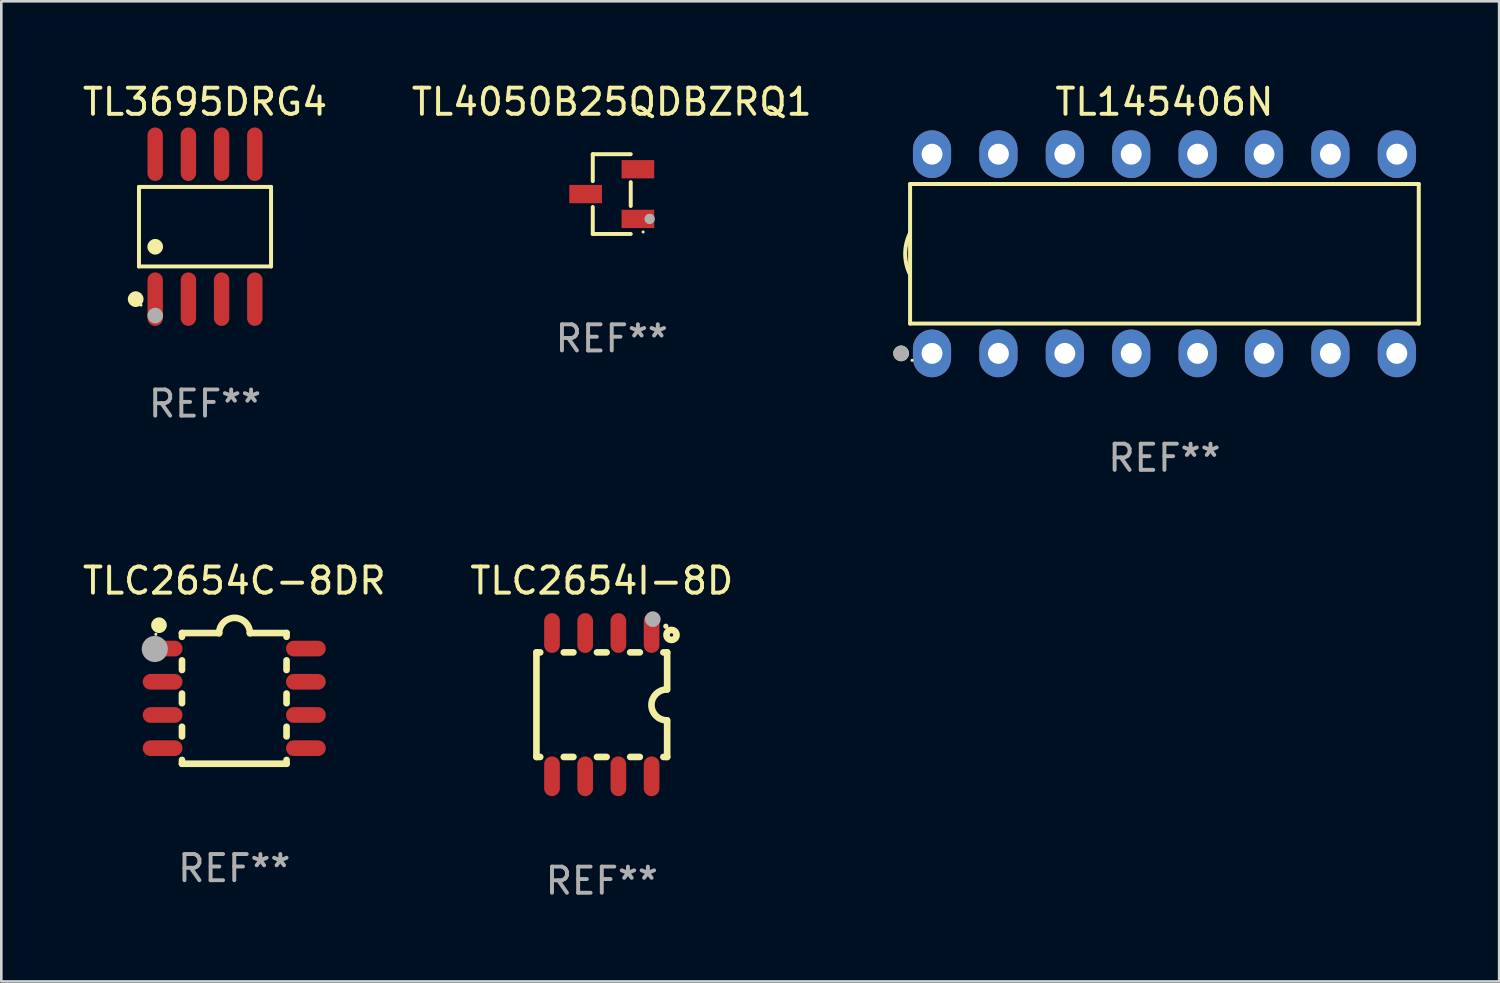
<source format=kicad_pcb>
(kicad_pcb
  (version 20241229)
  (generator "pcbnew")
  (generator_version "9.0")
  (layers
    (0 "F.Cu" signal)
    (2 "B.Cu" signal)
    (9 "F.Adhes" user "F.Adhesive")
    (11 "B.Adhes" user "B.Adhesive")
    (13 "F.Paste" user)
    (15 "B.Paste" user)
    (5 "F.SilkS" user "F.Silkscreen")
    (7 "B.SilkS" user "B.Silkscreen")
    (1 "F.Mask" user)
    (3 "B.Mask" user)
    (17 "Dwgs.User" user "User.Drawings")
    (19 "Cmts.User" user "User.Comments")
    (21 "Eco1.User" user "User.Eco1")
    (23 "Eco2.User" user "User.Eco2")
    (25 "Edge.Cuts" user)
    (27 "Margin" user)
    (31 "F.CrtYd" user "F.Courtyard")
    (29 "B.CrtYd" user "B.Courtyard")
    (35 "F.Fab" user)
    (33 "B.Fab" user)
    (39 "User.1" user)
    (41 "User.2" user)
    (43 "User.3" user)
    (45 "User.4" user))
  (footprint "TL4050B25QDBZRQ1"
    (layer "F.Cu")
    (at 20.351 4.374)
    (property "Reference" "TL4050B25QDBZRQ1" (at 0 -3.526 0) (layer "F.SilkS") (effects (font (size 1 1) (thickness 0.15))))
    (attr through_hole)
    (fp_line (start -0.726 -1.526) (end -0.726 -0.495) (stroke (width 0.152) (type solid)) (layer "F.SilkS"))
    (fp_line (start -0.726 1.526) (end -0.726 0.495) (stroke (width 0.152) (type solid)) (layer "F.SilkS"))
    (fp_line (start 0.726 -1.526) (end -0.726 -1.526) (stroke (width 0.152) (type solid)) (layer "F.SilkS"))
    (fp_line (start 0.726 -0.455) (end 0.726 0.455) (stroke (width 0.152) (type solid)) (layer "F.SilkS"))
    (fp_line (start 0.726 1.526) (end -0.726 1.526) (stroke (width 0.152) (type solid)) (layer "F.SilkS"))
    (fp_circle (center 1.2 1.45) (end 1.23 1.45) (stroke (width 0.06) (type solid)) (fill no) (layer "F.SilkS"))
    (fp_circle (center 1.45 0.95) (end 1.55 0.95) (stroke (width 0.2) (type solid)) (fill no) (layer "F.Fab"))
    (fp_text user "REF**" (at 0 5.526 0) (layer "F.Fab") (effects (font (size 1 1) (thickness 0.15))))
    (pad "1" smd rect (at 1 0.95) (size 1.25 0.7) (layers "F.Cu" "F.Mask" "F.Paste"))
    (pad "2" smd rect (at 1 -0.95) (size 1.25 0.7) (layers "F.Cu" "F.Mask" "F.Paste"))
    (pad "3" smd rect (at -1 0) (size 1.25 0.7) (layers "F.Cu" "F.Mask" "F.Paste")))
  (footprint "TLC2654I-8D"
    (layer "F.Cu")
    (at 19.97 23.905)
    (property "Reference" "TLC2654I-8D" (at 0 -4.74 0) (layer "F.SilkS") (effects (font (size 1 1) (thickness 0.15))))
    (attr through_hole)
    (fp_line (start -2.5 2) (end -2.5 -2) (stroke (width 0.254) (type solid)) (layer "F.SilkS"))
    (fp_line (start -2.356 -2) (end -2.5 -2) (stroke (width 0.254) (type solid)) (layer "F.SilkS"))
    (fp_line (start -2.356 2) (end -2.5 2) (stroke (width 0.254) (type solid)) (layer "F.SilkS"))
    (fp_line (start -1.086 -2) (end -1.454 -2) (stroke (width 0.254) (type solid)) (layer "F.SilkS"))
    (fp_line (start -1.086 2) (end -1.454 2) (stroke (width 0.254) (type solid)) (layer "F.SilkS"))
    (fp_line (start 0.184 -2) (end -0.184 -2) (stroke (width 0.254) (type solid)) (layer "F.SilkS"))
    (fp_line (start 0.184 2) (end -0.184 2) (stroke (width 0.254) (type solid)) (layer "F.SilkS"))
    (fp_line (start 1.454 -2) (end 1.086 -2) (stroke (width 0.254) (type solid)) (layer "F.SilkS"))
    (fp_line (start 1.454 2) (end 1.086 2) (stroke (width 0.254) (type solid)) (layer "F.SilkS"))
    (fp_line (start 2.5 -2) (end 2.356 -2) (stroke (width 0.254) (type solid)) (layer "F.SilkS"))
    (fp_line (start 2.5 -0.58) (end 2.5 -2) (stroke (width 0.254) (type solid)) (layer "F.SilkS"))
    (fp_line (start 2.5 2) (end 2.356 2) (stroke (width 0.254) (type solid)) (layer "F.SilkS"))
    (fp_line (start 2.5 2) (end 2.5 0.6) (stroke (width 0.254) (type solid)) (layer "F.SilkS"))
    (fp_arc (start 2.489992 0.600051) (mid 1.901674 0.010046) (end 2.489992 -0.579959) (stroke (width 0.254001) (type solid)) (layer "F.SilkS"))
    (fp_circle (center 2.45 -3) (end 2.5 -3) (stroke (width 0.1) (type solid)) (fill no) (layer "F.SilkS"))
    (fp_circle (center 2.667 -2.667) (end 2.858 -2.667) (stroke (width 0.254) (type solid)) (fill no) (layer "F.SilkS"))
    (fp_circle (center 1.95 -3.27) (end 2.1 -3.27) (stroke (width 0.3) (type solid)) (fill no) (layer "F.Fab"))
    (fp_text user "REF**" (at 0 6.74 0) (layer "F.Fab") (effects (font (size 1 1) (thickness 0.15))))
    (pad "1" smd oval (at 1.905 -2.74) (size 0.6 1.52) (layers "F.Cu" "F.Mask" "F.Paste"))
    (pad "2" smd oval (at 0.635 -2.74) (size 0.6 1.52) (layers "F.Cu" "F.Mask" "F.Paste"))
    (pad "3" smd oval (at -0.635 -2.74) (size 0.6 1.52) (layers "F.Cu" "F.Mask" "F.Paste"))
    (pad "4" smd oval (at -1.905 -2.74) (size 0.6 1.52) (layers "F.Cu" "F.Mask" "F.Paste"))
    (pad "5" smd oval (at -1.905 2.74) (size 0.6 1.52) (layers "F.Cu" "F.Mask" "F.Paste"))
    (pad "6" smd oval (at -0.635 2.74) (size 0.6 1.52) (layers "F.Cu" "F.Mask" "F.Paste"))
    (pad "7" smd oval (at 0.635 2.74) (size 0.6 1.52) (layers "F.Cu" "F.Mask" "F.Paste"))
    (pad "8" smd oval (at 1.905 2.74) (size 0.6 1.52) (layers "F.Cu" "F.Mask" "F.Paste")))
  (footprint "TL145406N"
    (layer "F.Cu")
    (at 41.492 6.658)
    (property "Reference" "TL145406N" (at 0 -5.81 0) (layer "F.SilkS") (effects (font (size 1 1) (thickness 0.15))))
    (attr through_hole)
    (fp_line (start -9.729 -2.669) (end 9.729 -2.669) (stroke (width 0.152) (type solid)) (layer "F.SilkS"))
    (fp_line (start -9.729 2.669) (end -9.729 -2.669) (stroke (width 0.152) (type solid)) (layer "F.SilkS"))
    (fp_line (start 9.729 -2.669) (end 9.729 2.669) (stroke (width 0.152) (type solid)) (layer "F.SilkS"))
    (fp_line (start 9.729 2.669) (end -9.729 2.669) (stroke (width 0.152) (type solid)) (layer "F.SilkS"))
    (fp_arc (start -9.728727 0.793751) (mid -9.916106 0) (end -9.728727 -0.793752) (stroke (width 0.1524) (type solid)) (layer "F.SilkS"))
    (fp_circle (center -10.072 3.81) (end -9.922 3.81) (stroke (width 0.3) (type solid)) (fill no) (layer "F.SilkS"))
    (fp_circle (center -9.653 4.075) (end -9.623 4.075) (stroke (width 0.06) (type solid)) (fill no) (layer "F.SilkS"))
    (fp_circle (center -10.072 3.81) (end -9.922 3.81) (stroke (width 0.3) (type solid)) (fill no) (layer "F.Fab"))
    (fp_text user "REF**" (at 0 7.81 0) (layer "F.Fab") (effects (font (size 1 1) (thickness 0.15))))
    (pad "1" thru_hole oval (at -8.89 3.81) (size 1.46 1.825) (drill 0.8) (layers "*.Cu" "*.Mask"))
    (pad "2" thru_hole oval (at -6.35 3.81) (size 1.46 1.825) (drill 0.8) (layers "*.Cu" "*.Mask"))
    (pad "3" thru_hole oval (at -3.81 3.81) (size 1.46 1.825) (drill 0.8) (layers "*.Cu" "*.Mask"))
    (pad "4" thru_hole oval (at -1.27 3.81) (size 1.46 1.825) (drill 0.8) (layers "*.Cu" "*.Mask"))
    (pad "5" thru_hole oval (at 1.27 3.81) (size 1.46 1.825) (drill 0.8) (layers "*.Cu" "*.Mask"))
    (pad "6" thru_hole oval (at 3.81 3.81) (size 1.46 1.825) (drill 0.8) (layers "*.Cu" "*.Mask"))
    (pad "7" thru_hole oval (at 6.35 3.81) (size 1.46 1.825) (drill 0.8) (layers "*.Cu" "*.Mask"))
    (pad "8" thru_hole oval (at 8.89 3.81) (size 1.46 1.825) (drill 0.8) (layers "*.Cu" "*.Mask"))
    (pad "9" thru_hole oval (at 8.89 -3.81) (size 1.46 1.825) (drill 0.8) (layers "*.Cu" "*.Mask"))
    (pad "10" thru_hole oval (at 6.35 -3.81) (size 1.46 1.825) (drill 0.8) (layers "*.Cu" "*.Mask"))
    (pad "11" thru_hole oval (at 3.81 -3.81) (size 1.46 1.825) (drill 0.8) (layers "*.Cu" "*.Mask"))
    (pad "12" thru_hole oval (at 1.27 -3.81) (size 1.46 1.825) (drill 0.8) (layers "*.Cu" "*.Mask"))
    (pad "13" thru_hole oval (at -1.27 -3.81) (size 1.46 1.825) (drill 0.8) (layers "*.Cu" "*.Mask"))
    (pad "14" thru_hole oval (at -3.81 -3.81) (size 1.46 1.825) (drill 0.8) (layers "*.Cu" "*.Mask"))
    (pad "15" thru_hole oval (at -6.35 -3.81) (size 1.46 1.825) (drill 0.8) (layers "*.Cu" "*.Mask"))
    (pad "16" thru_hole oval (at -8.89 -3.81) (size 1.46 1.825) (drill 0.8) (layers "*.Cu" "*.Mask")))
  (footprint "TLC2654C-8DR"
    (layer "F.Cu")
    (at 5.911 23.665)
    (property "Reference" "TLC2654C-8DR" (at 0 -4.5 0) (layer "F.SilkS") (effects (font (size 1 1) (thickness 0.15))))
    (attr through_hole)
    (fp_line (start -2 -2.5) (end -2 -2.356) (stroke (width 0.254) (type solid)) (layer "F.SilkS"))
    (fp_line (start -2 -1.454) (end -2 -1.086) (stroke (width 0.254) (type solid)) (layer "F.SilkS"))
    (fp_line (start -2 -0.184) (end -2 0.184) (stroke (width 0.254) (type solid)) (layer "F.SilkS"))
    (fp_line (start -2 1.086) (end -2 1.454) (stroke (width 0.254) (type solid)) (layer "F.SilkS"))
    (fp_line (start -2 2.356) (end -2 2.5) (stroke (width 0.254) (type solid)) (layer "F.SilkS"))
    (fp_line (start -0.58 -2.5) (end -2 -2.5) (stroke (width 0.254) (type solid)) (layer "F.SilkS"))
    (fp_line (start 2 -2.5) (end 0.6 -2.5) (stroke (width 0.254) (type solid)) (layer "F.SilkS"))
    (fp_line (start 2 -2.5) (end 2 -2.356) (stroke (width 0.254) (type solid)) (layer "F.SilkS"))
    (fp_line (start 2 -1.454) (end 2 -1.086) (stroke (width 0.254) (type solid)) (layer "F.SilkS"))
    (fp_line (start 2 -0.184) (end 2 0.184) (stroke (width 0.254) (type solid)) (layer "F.SilkS"))
    (fp_line (start 2 1.086) (end 2 1.454) (stroke (width 0.254) (type solid)) (layer "F.SilkS"))
    (fp_line (start 2 2.356) (end 2 2.5) (stroke (width 0.254) (type solid)) (layer "F.SilkS"))
    (fp_line (start 2 2.5) (end -2 2.5) (stroke (width 0.254) (type solid)) (layer "F.SilkS"))
    (fp_arc (start -0.579908 -2.489992) (mid 0.010097 -3.07831) (end 0.600102 -2.489992) (stroke (width 0.254001) (type solid)) (layer "F.SilkS"))
    (fp_circle (center -3 -2.45) (end -2.97 -2.45) (stroke (width 0.06) (type solid)) (fill no) (layer "F.SilkS"))
    (fp_circle (center -2.88 -2.8) (end -2.73 -2.8) (stroke (width 0.3) (type solid)) (fill no) (layer "F.SilkS"))
    (fp_circle (center -3.04 -1.89) (end -2.79 -1.89) (stroke (width 0.5) (type solid)) (fill no) (layer "F.Fab"))
    (fp_text user "REF**" (at 0 6.5 0) (layer "F.Fab") (effects (font (size 1 1) (thickness 0.15))))
    (pad "1" smd oval (at -2.74 -1.905 90) (size 0.6 1.52) (layers "F.Cu" "F.Mask" "F.Paste"))
    (pad "2" smd oval (at -2.74 -0.635 90) (size 0.6 1.52) (layers "F.Cu" "F.Mask" "F.Paste"))
    (pad "3" smd oval (at -2.74 0.635 90) (size 0.6 1.52) (layers "F.Cu" "F.Mask" "F.Paste"))
    (pad "4" smd oval (at -2.74 1.905 90) (size 0.6 1.52) (layers "F.Cu" "F.Mask" "F.Paste"))
    (pad "5" smd oval (at 2.74 1.905 90) (size 0.6 1.52) (layers "F.Cu" "F.Mask" "F.Paste"))
    (pad "6" smd oval (at 2.74 0.635 90) (size 0.6 1.52) (layers "F.Cu" "F.Mask" "F.Paste"))
    (pad "7" smd oval (at 2.74 -0.635 90) (size 0.6 1.52) (layers "F.Cu" "F.Mask" "F.Paste"))
    (pad "8" smd oval (at 2.74 -1.905 90) (size 0.6 1.52) (layers "F.Cu" "F.Mask" "F.Paste")))
  (footprint "TL3695DRG4"
    (layer "F.Cu")
    (at 4.792 5.621)
    (property "Reference" "TL3695DRG4" (at 0 -4.772 0) (layer "F.SilkS") (effects (font (size 1 1) (thickness 0.15))))
    (attr through_hole)
    (fp_line (start -2.526 -1.521) (end 2.526 -1.521) (stroke (width 0.152) (type solid)) (layer "F.SilkS"))
    (fp_line (start -2.526 1.521) (end -2.526 -1.521) (stroke (width 0.152) (type solid)) (layer "F.SilkS"))
    (fp_line (start 2.526 -1.521) (end 2.526 1.521) (stroke (width 0.152) (type solid)) (layer "F.SilkS"))
    (fp_line (start 2.526 1.521) (end -2.526 1.521) (stroke (width 0.152) (type solid)) (layer "F.SilkS"))
    (fp_circle (center -2.652 2.772) (end -2.501 2.772) (stroke (width 0.3) (type solid)) (fill no) (layer "F.SilkS"))
    (fp_circle (center -2.45 3) (end -2.42 3) (stroke (width 0.06) (type solid)) (fill no) (layer "F.SilkS"))
    (fp_circle (center -1.905 0.769) (end -1.755 0.769) (stroke (width 0.3) (type solid)) (fill no) (layer "F.SilkS"))
    (fp_circle (center -1.905 3.4) (end -1.755 3.4) (stroke (width 0.3) (type solid)) (fill no) (layer "F.Fab"))
    (fp_text user "REF**" (at 0 6.772 0) (layer "F.Fab") (effects (font (size 1 1) (thickness 0.15))))
    (pad "1" smd oval (at -1.905 2.772) (size 0.588 2.045) (layers "F.Cu" "F.Mask" "F.Paste"))
    (pad "2" smd oval (at -0.635 2.772) (size 0.588 2.045) (layers "F.Cu" "F.Mask" "F.Paste"))
    (pad "3" smd oval (at 0.635 2.772) (size 0.588 2.045) (layers "F.Cu" "F.Mask" "F.Paste"))
    (pad "4" smd oval (at 1.905 2.772) (size 0.588 2.045) (layers "F.Cu" "F.Mask" "F.Paste"))
    (pad "5" smd oval (at 1.905 -2.772) (size 0.588 2.045) (layers "F.Cu" "F.Mask" "F.Paste"))
    (pad "6" smd oval (at 0.635 -2.772) (size 0.588 2.045) (layers "F.Cu" "F.Mask" "F.Paste"))
    (pad "7" smd oval (at -0.635 -2.772) (size 0.588 2.045) (layers "F.Cu" "F.Mask" "F.Paste"))
    (pad "8" smd oval (at -1.905 -2.772) (size 0.588 2.045) (layers "F.Cu" "F.Mask" "F.Paste")))
  (gr_rect
    (start -3 -3)
    (end 54.296 34.493)
    (stroke (width 0.1) (type default))
    (fill no)
    (layer "Edge.Cuts")))
</source>
